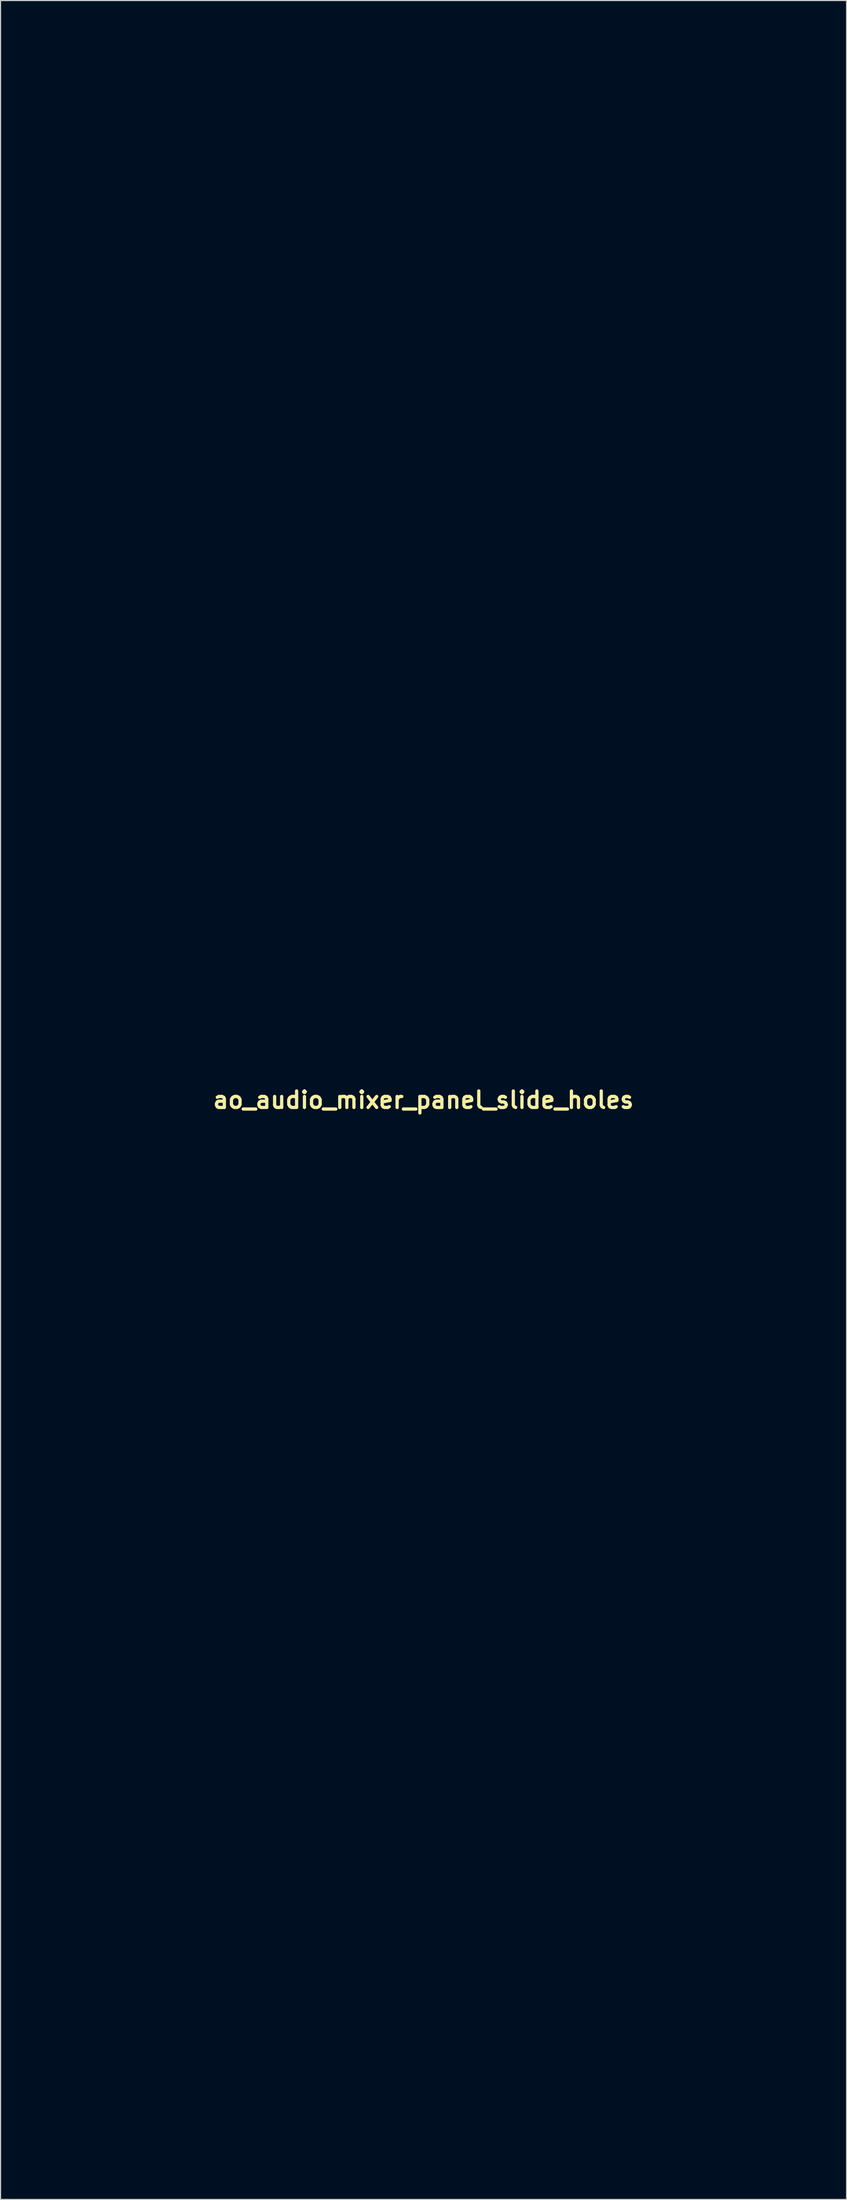
<source format=kicad_pcb>
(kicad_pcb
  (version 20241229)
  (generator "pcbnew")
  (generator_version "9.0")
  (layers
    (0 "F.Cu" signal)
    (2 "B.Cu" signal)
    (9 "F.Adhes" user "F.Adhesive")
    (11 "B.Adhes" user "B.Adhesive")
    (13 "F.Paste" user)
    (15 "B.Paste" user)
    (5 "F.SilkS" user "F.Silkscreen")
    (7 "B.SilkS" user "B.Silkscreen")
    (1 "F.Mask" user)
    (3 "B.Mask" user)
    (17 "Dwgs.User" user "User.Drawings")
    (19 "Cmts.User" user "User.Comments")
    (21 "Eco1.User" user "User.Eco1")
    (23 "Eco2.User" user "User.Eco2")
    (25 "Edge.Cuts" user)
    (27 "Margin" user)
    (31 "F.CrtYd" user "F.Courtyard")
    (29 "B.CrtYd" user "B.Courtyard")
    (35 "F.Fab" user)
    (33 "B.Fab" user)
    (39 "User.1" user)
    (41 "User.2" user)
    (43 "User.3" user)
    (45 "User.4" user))
  (footprint "ao_audio_mixer_panel_slide_holes"
    (layer "F.Cu")
    (at 36.083 98.605)
    (property "Reference" "ao_audio_mixer_panel_slide_holes" (at 0 0 0) (layer "F.SilkS") (effects (font (size 1.524 1.524) (thickness 0.3))))
    (attr through_hole)
    (fp_poly (pts (xy -21.692 2.997) (xy -23.292 2.997) (xy -23.292 -62.992) (xy -21.692 -62.992) (xy -21.692 2.997)) (stroke (width 0.01) (type solid)) (fill no) (layer "Eco1.User"))
    (fp_poly (pts (xy -6.68 2.997) (xy -8.28 2.997) (xy -8.28 -62.992) (xy -6.68 -62.992) (xy -6.68 2.997)) (stroke (width 0.01) (type solid)) (fill no) (layer "Eco1.User"))
    (fp_poly (pts (xy 8.306 2.997) (xy 6.706 2.997) (xy 6.706 -62.992) (xy 8.306 -62.992) (xy 8.306 2.997)) (stroke (width 0.01) (type solid)) (fill no) (layer "Eco1.User"))
    (fp_poly (pts (xy 23.317 2.997) (xy 21.717 2.997) (xy 21.717 -62.992) (xy 23.317 -62.992) (xy 23.317 2.997)) (stroke (width 0.01) (type solid)) (fill no) (layer "Eco1.User"))
    (fp_poly (pts (xy -29.805 23.418) (xy -29.531 23.477) (xy -29.273 23.581) (xy -29.042 23.723) (xy -28.837 23.903) (xy -28.665 24.114) (xy -28.532 24.349) (xy -28.47 24.511) (xy -28.433 24.67) (xy -28.409 24.855) (xy -28.401 25.046) (xy -28.409 25.222) (xy -28.421 25.304) (xy -28.498 25.567) (xy -28.619 25.812) (xy -28.779 26.034) (xy -28.974 26.227) (xy -29.198 26.384) (xy -29.446 26.501) (xy -29.472 26.511) (xy -29.665 26.559) (xy -29.883 26.585) (xy -30.106 26.586) (xy -30.314 26.563) (xy -30.401 26.544) (xy -30.64 26.457) (xy -30.86 26.331) (xy -31.069 26.159) (xy -31.116 26.113) (xy -31.299 25.901) (xy -31.435 25.679) (xy -31.524 25.44) (xy -31.571 25.179) (xy -31.579 24.981) (xy -31.569 24.867) (xy -30.988 24.867) (xy -30.988 25.146) (xy -30.124 25.146) (xy -30.124 26.012) (xy -29.858 25.997) (xy -29.844 25.147) (xy -28.994 25.133) (xy -28.979 24.867) (xy -29.845 24.867) (xy -29.845 24.003) (xy -30.124 24.003) (xy -30.124 24.867) (xy -30.988 24.867) (xy -31.569 24.867) (xy -31.554 24.698) (xy -31.481 24.431) (xy -31.363 24.185) (xy -31.202 23.962) (xy -31.001 23.768) (xy -30.864 23.669) (xy -30.613 23.533) (xy -30.35 23.446) (xy -30.079 23.407) (xy -29.805 23.418)) (stroke (width 0.01) (type solid)) (fill no) (layer "Eco1.User"))
    (fp_poly (pts (xy -29.875 -81.585) (xy -29.701 -81.568) (xy -29.591 -81.547) (xy -29.359 -81.463) (xy -29.134 -81.337) (xy -28.925 -81.176) (xy -28.744 -80.989) (xy -28.6 -80.785) (xy -28.592 -80.769) (xy -28.489 -80.536) (xy -28.424 -80.28) (xy -28.398 -80.015) (xy -28.414 -79.753) (xy -28.437 -79.629) (xy -28.522 -79.374) (xy -28.651 -79.137) (xy -28.818 -78.924) (xy -29.017 -78.741) (xy -29.243 -78.593) (xy -29.489 -78.485) (xy -29.616 -78.449) (xy -29.764 -78.425) (xy -29.936 -78.414) (xy -30.113 -78.416) (xy -30.275 -78.43) (xy -30.378 -78.45) (xy -30.64 -78.544) (xy -30.879 -78.681) (xy -31.093 -78.856) (xy -31.275 -79.063) (xy -31.42 -79.298) (xy -31.523 -79.555) (xy -31.539 -79.611) (xy -31.568 -79.775) (xy -31.579 -79.965) (xy -31.574 -80.137) (xy -30.988 -80.137) (xy -30.988 -79.858) (xy -30.124 -79.858) (xy -30.124 -78.991) (xy -29.858 -79.007) (xy -29.844 -79.856) (xy -28.994 -79.87) (xy -28.979 -80.137) (xy -29.845 -80.137) (xy -29.845 -81.001) (xy -30.124 -81.001) (xy -30.124 -80.137) (xy -30.988 -80.137) (xy -31.574 -80.137) (xy -31.573 -80.159) (xy -31.55 -80.335) (xy -31.538 -80.391) (xy -31.441 -80.66) (xy -31.303 -80.903) (xy -31.128 -81.116) (xy -30.919 -81.296) (xy -30.681 -81.439) (xy -30.417 -81.539) (xy -30.39 -81.547) (xy -30.24 -81.574) (xy -30.062 -81.586) (xy -29.875 -81.585)) (stroke (width 0.01) (type solid)) (fill no) (layer "Eco1.User"))
    (fp_poly (pts (xy 30.311 -81.563) (xy 30.58 -81.491) (xy 30.828 -81.375) (xy 31.051 -81.214) (xy 31.247 -81.012) (xy 31.31 -80.929) (xy 31.453 -80.69) (xy 31.55 -80.44) (xy 31.601 -80.184) (xy 31.61 -79.928) (xy 31.577 -79.676) (xy 31.505 -79.433) (xy 31.395 -79.204) (xy 31.249 -78.993) (xy 31.069 -78.807) (xy 30.857 -78.649) (xy 30.615 -78.524) (xy 30.392 -78.449) (xy 30.252 -78.425) (xy 30.083 -78.414) (xy 29.904 -78.416) (xy 29.736 -78.431) (xy 29.629 -78.451) (xy 29.378 -78.537) (xy 29.144 -78.667) (xy 28.933 -78.834) (xy 28.751 -79.033) (xy 28.604 -79.259) (xy 28.498 -79.504) (xy 28.462 -79.629) (xy 28.426 -79.883) (xy 28.432 -80.137) (xy 29.004 -80.137) (xy 29.012 -80.004) (xy 29.02 -79.87) (xy 29.87 -79.856) (xy 29.87 -79.442) (xy 29.871 -79.302) (xy 29.874 -79.18) (xy 29.878 -79.085) (xy 29.883 -79.026) (xy 29.887 -79.011) (xy 29.921 -79.001) (xy 29.987 -78.995) (xy 30.027 -78.994) (xy 30.15 -78.994) (xy 30.15 -79.858) (xy 31.013 -79.858) (xy 31.013 -80.137) (xy 30.15 -80.137) (xy 30.15 -81.001) (xy 29.87 -81.001) (xy 29.87 -80.137) (xy 29.004 -80.137) (xy 28.432 -80.137) (xy 28.432 -80.149) (xy 28.477 -80.413) (xy 28.561 -80.66) (xy 28.606 -80.755) (xy 28.672 -80.858) (xy 28.766 -80.979) (xy 28.878 -81.102) (xy 28.892 -81.116) (xy 29.103 -81.301) (xy 29.321 -81.438) (xy 29.554 -81.529) (xy 29.808 -81.578) (xy 30.023 -81.588) (xy 30.311 -81.563)) (stroke (width 0.01) (type solid)) (fill no) (layer "Eco1.User"))
    (fp_poly (pts (xy 30.261 23.424) (xy 30.522 23.488) (xy 30.769 23.595) (xy 30.996 23.744) (xy 31.197 23.934) (xy 31.342 24.119) (xy 31.474 24.354) (xy 31.559 24.594) (xy 31.6 24.852) (xy 31.604 24.981) (xy 31.587 25.257) (xy 31.53 25.506) (xy 31.43 25.735) (xy 31.285 25.951) (xy 31.129 26.125) (xy 30.957 26.281) (xy 30.787 26.397) (xy 30.606 26.484) (xy 30.414 26.544) (xy 30.285 26.569) (xy 30.134 26.585) (xy 29.981 26.592) (xy 29.844 26.589) (xy 29.756 26.577) (xy 29.592 26.538) (xy 29.449 26.488) (xy 29.297 26.418) (xy 29.273 26.407) (xy 29.054 26.267) (xy 28.858 26.088) (xy 28.69 25.878) (xy 28.558 25.644) (xy 28.468 25.396) (xy 28.459 25.359) (xy 28.433 25.188) (xy 28.427 24.992) (xy 28.435 24.867) (xy 29.004 24.867) (xy 29.012 25) (xy 29.02 25.133) (xy 29.87 25.147) (xy 29.87 25.561) (xy 29.871 25.702) (xy 29.874 25.824) (xy 29.878 25.919) (xy 29.883 25.978) (xy 29.887 25.993) (xy 29.921 26.003) (xy 29.987 26.009) (xy 30.027 26.01) (xy 30.15 26.01) (xy 30.15 25.146) (xy 31.013 25.146) (xy 31.013 24.867) (xy 30.15 24.867) (xy 30.15 24.003) (xy 29.87 24.003) (xy 29.87 24.867) (xy 29.004 24.867) (xy 28.435 24.867) (xy 28.44 24.789) (xy 28.471 24.601) (xy 28.495 24.511) (xy 28.597 24.271) (xy 28.742 24.046) (xy 28.921 23.846) (xy 29.129 23.676) (xy 29.356 23.546) (xy 29.444 23.51) (xy 29.717 23.433) (xy 29.991 23.405) (xy 30.261 23.424)) (stroke (width 0.01) (type solid)) (fill no) (layer "Eco1.User"))
    (fp_poly (pts (xy -32.121 -98.6) (xy -31.951 -98.598) (xy -31.811 -98.596) (xy -31.697 -98.593) (xy -31.604 -98.589) (xy -31.53 -98.584) (xy -31.469 -98.578) (xy -31.418 -98.57) (xy -31.385 -98.564) (xy -31.113 -98.485) (xy -30.866 -98.364) (xy -30.647 -98.206) (xy -30.46 -98.015) (xy -30.308 -97.796) (xy -30.195 -97.552) (xy -30.124 -97.289) (xy -30.099 -97.01) (xy -30.099 -97.004) (xy -30.124 -96.718) (xy -30.194 -96.449) (xy -30.309 -96.2) (xy -30.464 -95.978) (xy -30.657 -95.784) (xy -30.887 -95.624) (xy -31.001 -95.564) (xy -31.068 -95.532) (xy -31.129 -95.506) (xy -31.19 -95.483) (xy -31.255 -95.464) (xy -31.328 -95.448) (xy -31.412 -95.435) (xy -31.514 -95.425) (xy -31.635 -95.418) (xy -31.782 -95.412) (xy -31.957 -95.408) (xy -32.166 -95.406) (xy -32.412 -95.405) (xy -32.699 -95.405) (xy -33.033 -95.405) (xy -33.109 -95.405) (xy -33.451 -95.405) (xy -33.747 -95.406) (xy -33.998 -95.408) (xy -34.21 -95.41) (xy -34.385 -95.413) (xy -34.528 -95.417) (xy -34.641 -95.421) (xy -34.728 -95.427) (xy -34.794 -95.433) (xy -34.841 -95.441) (xy -34.845 -95.441) (xy -35.078 -95.513) (xy -35.296 -95.626) (xy -35.505 -95.784) (xy -35.611 -95.884) (xy -35.76 -96.047) (xy -35.873 -96.206) (xy -35.96 -96.378) (xy -36.031 -96.58) (xy -36.033 -96.585) (xy -36.062 -96.726) (xy -36.077 -96.897) (xy -36.078 -97.079) (xy -36.065 -97.254) (xy -36.038 -97.402) (xy -36.033 -97.422) (xy -35.927 -97.688) (xy -35.779 -97.93) (xy -35.593 -98.143) (xy -35.372 -98.322) (xy -35.12 -98.465) (xy -34.925 -98.542) (xy -34.893 -98.552) (xy -34.856 -98.56) (xy -34.811 -98.567) (xy -34.753 -98.573) (xy -34.677 -98.578) (xy -34.581 -98.582) (xy -34.46 -98.585) (xy -34.31 -98.588) (xy -34.127 -98.59) (xy -33.908 -98.592) (xy -33.647 -98.594) (xy -33.341 -98.596) (xy -33.186 -98.597) (xy -32.854 -98.598) (xy -32.569 -98.6) (xy -32.326 -98.6) (xy -32.121 -98.6)) (stroke (width 0.01) (type solid)) (fill no) (layer "Eco1.User"))
    (fp_poly (pts (xy 32.672 -98.599) (xy 32.971 -98.598) (xy 33.212 -98.597) (xy 33.546 -98.595) (xy 33.833 -98.594) (xy 34.079 -98.592) (xy 34.286 -98.589) (xy 34.459 -98.585) (xy 34.603 -98.58) (xy 34.722 -98.573) (xy 34.82 -98.564) (xy 34.901 -98.552) (xy 34.97 -98.536) (xy 35.03 -98.518) (xy 35.087 -98.495) (xy 35.144 -98.468) (xy 35.206 -98.437) (xy 35.268 -98.405) (xy 35.431 -98.301) (xy 35.595 -98.163) (xy 35.746 -98.005) (xy 35.87 -97.84) (xy 35.921 -97.752) (xy 36.004 -97.575) (xy 36.059 -97.416) (xy 36.09 -97.253) (xy 36.103 -97.069) (xy 36.103 -96.99) (xy 36.101 -96.854) (xy 36.094 -96.75) (xy 36.078 -96.659) (xy 36.05 -96.563) (xy 36.027 -96.493) (xy 35.937 -96.28) (xy 35.825 -96.094) (xy 35.679 -95.918) (xy 35.585 -95.825) (xy 35.374 -95.658) (xy 35.137 -95.53) (xy 34.885 -95.446) (xy 34.857 -95.44) (xy 34.791 -95.432) (xy 34.68 -95.424) (xy 34.529 -95.418) (xy 34.345 -95.413) (xy 34.133 -95.409) (xy 33.898 -95.405) (xy 33.646 -95.403) (xy 33.382 -95.402) (xy 33.113 -95.401) (xy 32.845 -95.402) (xy 32.581 -95.404) (xy 32.329 -95.406) (xy 32.094 -95.41) (xy 31.882 -95.414) (xy 31.697 -95.42) (xy 31.547 -95.426) (xy 31.435 -95.433) (xy 31.369 -95.442) (xy 31.369 -95.442) (xy 31.117 -95.521) (xy 30.88 -95.645) (xy 30.663 -95.807) (xy 30.476 -96.001) (xy 30.327 -96.222) (xy 30.308 -96.256) (xy 30.208 -96.484) (xy 30.149 -96.708) (xy 30.125 -96.945) (xy 30.125 -96.995) (xy 30.133 -97.194) (xy 30.162 -97.367) (xy 30.216 -97.538) (xy 30.276 -97.676) (xy 30.419 -97.925) (xy 30.598 -98.139) (xy 30.809 -98.314) (xy 31.051 -98.45) (xy 31.321 -98.544) (xy 31.411 -98.564) (xy 31.458 -98.573) (xy 31.511 -98.58) (xy 31.575 -98.586) (xy 31.655 -98.591) (xy 31.753 -98.594) (xy 31.874 -98.597) (xy 32.022 -98.599) (xy 32.202 -98.6) (xy 32.417 -98.6) (xy 32.672 -98.599)) (stroke (width 0.01) (type solid)) (fill no) (layer "Eco1.User"))
    (fp_poly (pts (xy -32.48 95.403) (xy -32.245 95.404) (xy -32.048 95.405) (xy -31.885 95.406) (xy -31.752 95.409) (xy -31.644 95.412) (xy -31.558 95.416) (xy -31.489 95.421) (xy -31.433 95.427) (xy -31.385 95.435) (xy -31.342 95.444) (xy -31.308 95.452) (xy -31.041 95.546) (xy -30.797 95.682) (xy -30.582 95.856) (xy -30.399 96.064) (xy -30.255 96.301) (xy -30.181 96.477) (xy -30.134 96.654) (xy -30.107 96.856) (xy -30.1 97.063) (xy -30.115 97.256) (xy -30.135 97.359) (xy -30.23 97.634) (xy -30.364 97.882) (xy -30.536 98.099) (xy -30.74 98.281) (xy -30.975 98.425) (xy -31.236 98.528) (xy -31.375 98.563) (xy -31.423 98.571) (xy -31.479 98.578) (xy -31.547 98.584) (xy -31.633 98.589) (xy -31.739 98.593) (xy -31.87 98.596) (xy -32.031 98.598) (xy -32.225 98.6) (xy -32.457 98.6) (xy -32.731 98.6) (xy -33.05 98.6) (xy -33.101 98.6) (xy -33.38 98.599) (xy -33.647 98.597) (xy -33.897 98.595) (xy -34.125 98.592) (xy -34.327 98.589) (xy -34.498 98.586) (xy -34.632 98.582) (xy -34.724 98.578) (xy -34.769 98.574) (xy -35.012 98.509) (xy -35.248 98.4) (xy -35.468 98.253) (xy -35.663 98.075) (xy -35.824 97.871) (xy -35.894 97.752) (xy -35.978 97.576) (xy -36.033 97.417) (xy -36.065 97.255) (xy -36.077 97.07) (xy -36.078 96.99) (xy -36.076 96.854) (xy -36.068 96.75) (xy -36.052 96.659) (xy -36.025 96.563) (xy -36.001 96.493) (xy -35.953 96.373) (xy -35.896 96.25) (xy -35.839 96.148) (xy -35.829 96.132) (xy -35.707 95.976) (xy -35.553 95.822) (xy -35.384 95.686) (xy -35.216 95.581) (xy -35.195 95.57) (xy -35.129 95.538) (xy -35.068 95.51) (xy -35.007 95.486) (xy -34.943 95.466) (xy -34.871 95.45) (xy -34.788 95.437) (xy -34.688 95.426) (xy -34.568 95.418) (xy -34.424 95.412) (xy -34.251 95.408) (xy -34.045 95.405) (xy -33.802 95.404) (xy -33.519 95.403) (xy -33.189 95.403) (xy -33.081 95.403) (xy -32.757 95.403) (xy -32.48 95.403)) (stroke (width 0.01) (type solid)) (fill no) (layer "Eco1.User"))
    (fp_poly (pts (xy 0.512 70.029) (xy 1.008 70.104) (xy 1.489 70.227) (xy 1.953 70.396) (xy 2.396 70.609) (xy 2.815 70.865) (xy 3.209 71.162) (xy 3.574 71.498) (xy 3.907 71.872) (xy 4.177 72.238) (xy 4.28 72.403) (xy 4.39 72.603) (xy 4.5 72.82) (xy 4.604 73.042) (xy 4.693 73.251) (xy 4.759 73.431) (xy 4.886 73.9) (xy 4.968 74.384) (xy 5.004 74.876) (xy 4.993 75.368) (xy 4.935 75.854) (xy 4.866 76.187) (xy 4.725 76.662) (xy 4.538 77.116) (xy 4.309 77.548) (xy 4.039 77.954) (xy 3.733 78.332) (xy 3.391 78.678) (xy 3.017 78.99) (xy 2.614 79.265) (xy 2.183 79.501) (xy 1.728 79.694) (xy 1.594 79.741) (xy 1.365 79.81) (xy 1.116 79.871) (xy 0.866 79.921) (xy 0.63 79.956) (xy 0.454 79.973) (xy 0.333 79.98) (xy 0.217 79.986) (xy 0.125 79.992) (xy 0.102 79.993) (xy 0.03 79.995) (xy -0.077 79.993) (xy -0.204 79.988) (xy -0.318 79.983) (xy -0.801 79.93) (xy -1.274 79.829) (xy -1.733 79.682) (xy -2.175 79.492) (xy -2.596 79.26) (xy -2.993 78.988) (xy -3.364 78.679) (xy -3.704 78.335) (xy -4.011 77.958) (xy -4.282 77.551) (xy -4.47 77.203) (xy -4.668 76.743) (xy -4.817 76.274) (xy -4.919 75.797) (xy -4.973 75.316) (xy -4.98 74.854) (xy -2.489 74.854) (xy -2.489 75.133) (xy -0.127 75.133) (xy -0.127 77.495) (xy 0.152 77.495) (xy 0.152 75.133) (xy 2.515 75.133) (xy 2.515 74.854) (xy 0.152 74.854) (xy 0.152 72.492) (xy -0.127 72.492) (xy -0.127 74.854) (xy -2.489 74.854) (xy -4.98 74.854) (xy -4.981 74.836) (xy -4.942 74.358) (xy -4.857 73.887) (xy -4.728 73.425) (xy -4.553 72.976) (xy -4.334 72.543) (xy -4.072 72.129) (xy -3.767 71.738) (xy -3.515 71.465) (xy -3.148 71.133) (xy -2.752 70.84) (xy -2.331 70.59) (xy -1.888 70.381) (xy -1.427 70.218) (xy -0.953 70.099) (xy -0.467 70.028) (xy 0.025 70.004) (xy 0.512 70.029)) (stroke (width 0.01) (type solid)) (fill no) (layer "Eco1.User"))
    (fp_poly (pts (xy 23.227 70.057) (xy 23.719 70.151) (xy 24.192 70.292) (xy 24.646 70.479) (xy 25.078 70.711) (xy 25.487 70.987) (xy 25.871 71.308) (xy 25.955 71.387) (xy 26.243 71.683) (xy 26.491 71.978) (xy 26.707 72.283) (xy 26.9 72.61) (xy 27.002 72.809) (xy 27.198 73.267) (xy 27.345 73.731) (xy 27.445 74.199) (xy 27.5 74.669) (xy 27.509 75.136) (xy 27.474 75.599) (xy 27.397 76.053) (xy 27.279 76.498) (xy 27.122 76.929) (xy 26.925 77.344) (xy 26.691 77.739) (xy 26.421 78.113) (xy 26.116 78.462) (xy 25.778 78.783) (xy 25.407 79.074) (xy 25.005 79.331) (xy 24.573 79.552) (xy 24.113 79.734) (xy 23.956 79.784) (xy 23.705 79.852) (xy 23.442 79.909) (xy 23.186 79.95) (xy 22.956 79.973) (xy 22.951 79.973) (xy 22.831 79.98) (xy 22.716 79.987) (xy 22.626 79.992) (xy 22.606 79.993) (xy 22.534 79.995) (xy 22.427 79.993) (xy 22.3 79.988) (xy 22.187 79.983) (xy 21.702 79.93) (xy 21.229 79.83) (xy 20.771 79.684) (xy 20.331 79.495) (xy 19.913 79.265) (xy 19.518 78.996) (xy 19.151 78.691) (xy 18.813 78.352) (xy 18.508 77.981) (xy 18.239 77.58) (xy 18.008 77.152) (xy 17.818 76.698) (xy 17.781 76.59) (xy 17.676 76.242) (xy 17.601 75.908) (xy 17.553 75.572) (xy 17.53 75.216) (xy 17.526 74.989) (xy 17.533 74.854) (xy 20.015 74.854) (xy 20.015 75.133) (xy 22.377 75.133) (xy 22.377 77.495) (xy 22.657 77.495) (xy 22.657 75.133) (xy 25.022 75.133) (xy 25.006 74.867) (xy 23.832 74.86) (xy 22.657 74.853) (xy 22.651 73.679) (xy 22.644 72.504) (xy 22.511 72.497) (xy 22.377 72.489) (xy 22.377 74.854) (xy 20.015 74.854) (xy 17.533 74.854) (xy 17.55 74.493) (xy 17.622 74.012) (xy 17.738 73.547) (xy 17.896 73.1) (xy 18.094 72.675) (xy 18.33 72.272) (xy 18.602 71.895) (xy 18.906 71.546) (xy 19.241 71.226) (xy 19.605 70.939) (xy 19.994 70.685) (xy 20.407 70.469) (xy 20.842 70.291) (xy 21.295 70.154) (xy 21.765 70.06) (xy 22.25 70.012) (xy 22.72 70.011) (xy 23.227 70.057)) (stroke (width 0.01) (type solid)) (fill no) (layer "Eco1.User"))
    (fp_poly (pts (xy 33.107 95.403) (xy 33.45 95.403) (xy 33.746 95.404) (xy 34 95.405) (xy 34.216 95.407) (xy 34.398 95.411) (xy 34.55 95.416) (xy 34.677 95.423) (xy 34.782 95.433) (xy 34.87 95.445) (xy 34.945 95.461) (xy 35.011 95.479) (xy 35.073 95.501) (xy 35.134 95.528) (xy 35.199 95.558) (xy 35.22 95.568) (xy 35.386 95.667) (xy 35.556 95.799) (xy 35.713 95.953) (xy 35.842 96.114) (xy 35.856 96.134) (xy 35.91 96.228) (xy 35.968 96.347) (xy 36.018 96.47) (xy 36.027 96.493) (xy 36.062 96.602) (xy 36.085 96.693) (xy 36.097 96.787) (xy 36.103 96.901) (xy 36.103 96.99) (xy 36.097 97.188) (xy 36.073 97.356) (xy 36.028 97.514) (xy 35.956 97.682) (xy 35.921 97.752) (xy 35.817 97.915) (xy 35.679 98.079) (xy 35.521 98.23) (xy 35.356 98.354) (xy 35.268 98.405) (xy 35.199 98.44) (xy 35.139 98.471) (xy 35.082 98.497) (xy 35.026 98.52) (xy 34.965 98.538) (xy 34.896 98.553) (xy 34.815 98.564) (xy 34.716 98.573) (xy 34.596 98.58) (xy 34.451 98.585) (xy 34.277 98.588) (xy 34.068 98.59) (xy 33.822 98.592) (xy 33.533 98.593) (xy 33.198 98.594) (xy 33.185 98.594) (xy 32.847 98.595) (xy 32.556 98.596) (xy 32.307 98.596) (xy 32.098 98.595) (xy 31.924 98.593) (xy 31.781 98.591) (xy 31.665 98.588) (xy 31.573 98.583) (xy 31.5 98.578) (xy 31.442 98.572) (xy 31.397 98.564) (xy 31.384 98.562) (xy 31.115 98.478) (xy 30.869 98.351) (xy 30.651 98.185) (xy 30.464 97.983) (xy 30.312 97.75) (xy 30.198 97.488) (xy 30.16 97.359) (xy 30.132 97.184) (xy 30.126 96.984) (xy 30.141 96.776) (xy 30.175 96.582) (xy 30.206 96.477) (xy 30.322 96.222) (xy 30.479 95.994) (xy 30.673 95.796) (xy 30.898 95.634) (xy 31.15 95.511) (xy 31.334 95.452) (xy 31.376 95.442) (xy 31.42 95.433) (xy 31.469 95.426) (xy 31.527 95.42) (xy 31.6 95.415) (xy 31.69 95.411) (xy 31.802 95.408) (xy 31.941 95.406) (xy 32.111 95.404) (xy 32.315 95.403) (xy 32.558 95.403) (xy 32.845 95.403) (xy 33.107 95.403)) (stroke (width 0.01) (type solid)) (fill no) (layer "Eco1.User"))
    (fp_poly (pts (xy -22.144 45.018) (xy -21.975 45.029) (xy -21.944 45.032) (xy -21.451 45.113) (xy -20.974 45.24) (xy -20.517 45.411) (xy -20.082 45.624) (xy -19.672 45.876) (xy -19.289 46.165) (xy -18.935 46.49) (xy -18.614 46.847) (xy -18.328 47.234) (xy -18.08 47.65) (xy -17.872 48.092) (xy -17.706 48.557) (xy -17.642 48.79) (xy -17.601 48.959) (xy -17.57 49.107) (xy -17.547 49.242) (xy -17.531 49.379) (xy -17.521 49.527) (xy -17.516 49.698) (xy -17.513 49.904) (xy -17.513 50) (xy -17.514 50.223) (xy -17.518 50.407) (xy -17.526 50.563) (xy -17.54 50.703) (xy -17.56 50.837) (xy -17.588 50.978) (xy -17.624 51.137) (xy -17.642 51.21) (xy -17.786 51.684) (xy -17.974 52.137) (xy -18.203 52.565) (xy -18.471 52.967) (xy -18.775 53.339) (xy -19.113 53.68) (xy -19.482 53.987) (xy -19.879 54.258) (xy -20.301 54.491) (xy -20.746 54.682) (xy -21.211 54.83) (xy -21.694 54.932) (xy -21.833 54.953) (xy -22.003 54.969) (xy -22.205 54.981) (xy -22.426 54.986) (xy -22.647 54.986) (xy -22.855 54.98) (xy -23.032 54.968) (xy -23.073 54.964) (xy -23.544 54.885) (xy -24.008 54.758) (xy -24.459 54.587) (xy -24.893 54.374) (xy -25.304 54.122) (xy -25.689 53.834) (xy -26.042 53.513) (xy -26.359 53.161) (xy -26.459 53.032) (xy -26.747 52.612) (xy -26.985 52.182) (xy -27.175 51.739) (xy -27.318 51.281) (xy -27.415 50.805) (xy -27.467 50.306) (xy -27.475 50.14) (xy -27.47 49.86) (xy -24.994 49.86) (xy -24.994 50.14) (xy -22.631 50.14) (xy -22.631 52.502) (xy -22.352 52.502) (xy -22.352 50.14) (xy -19.99 50.14) (xy -19.99 49.86) (xy -22.352 49.86) (xy -22.352 47.498) (xy -22.631 47.498) (xy -22.631 49.86) (xy -24.994 49.86) (xy -27.47 49.86) (xy -27.466 49.632) (xy -27.407 49.136) (xy -27.301 48.654) (xy -27.148 48.188) (xy -26.948 47.74) (xy -26.703 47.312) (xy -26.413 46.908) (xy -26.08 46.529) (xy -26.022 46.47) (xy -25.647 46.13) (xy -25.247 45.833) (xy -24.821 45.581) (xy -24.369 45.371) (xy -23.89 45.205) (xy -23.385 45.083) (xy -23.325 45.071) (xy -23.176 45.05) (xy -22.99 45.033) (xy -22.78 45.021) (xy -22.56 45.015) (xy -22.343 45.013) (xy -22.144 45.018)) (stroke (width 0.01) (type solid)) (fill no) (layer "Eco1.User"))
    (fp_poly (pts (xy 22.883 45.02) (xy 23.113 45.039) (xy 23.157 45.044) (xy 23.651 45.134) (xy 24.127 45.271) (xy 24.583 45.452) (xy 25.016 45.675) (xy 25.425 45.939) (xy 25.805 46.241) (xy 26.155 46.579) (xy 26.472 46.952) (xy 26.753 47.356) (xy 26.996 47.791) (xy 27.195 48.246) (xy 27.336 48.682) (xy 27.434 49.14) (xy 27.491 49.612) (xy 27.505 50.09) (xy 27.476 50.565) (xy 27.403 51.031) (xy 27.355 51.239) (xy 27.212 51.698) (xy 27.024 52.144) (xy 26.794 52.571) (xy 26.526 52.974) (xy 26.222 53.348) (xy 25.887 53.688) (xy 25.603 53.928) (xy 25.193 54.216) (xy 24.759 54.461) (xy 24.307 54.662) (xy 23.842 54.817) (xy 23.366 54.924) (xy 23.083 54.964) (xy 22.973 54.973) (xy 22.831 54.98) (xy 22.668 54.984) (xy 22.498 54.987) (xy 22.332 54.987) (xy 22.184 54.984) (xy 22.066 54.979) (xy 22.009 54.974) (xy 21.487 54.885) (xy 20.988 54.752) (xy 20.514 54.574) (xy 20.064 54.352) (xy 19.64 54.086) (xy 19.24 53.776) (xy 19.082 53.634) (xy 18.762 53.302) (xy 18.47 52.933) (xy 18.211 52.533) (xy 17.989 52.109) (xy 17.807 51.668) (xy 17.669 51.216) (xy 17.668 51.21) (xy 17.627 51.04) (xy 17.596 50.893) (xy 17.573 50.757) (xy 17.557 50.621) (xy 17.546 50.473) (xy 17.541 50.302) (xy 17.539 50.096) (xy 17.539 50) (xy 17.539 49.86) (xy 20.015 49.86) (xy 20.015 50.14) (xy 22.377 50.14) (xy 22.377 52.502) (xy 22.657 52.502) (xy 22.657 50.14) (xy 25.019 50.14) (xy 25.019 49.86) (xy 22.657 49.86) (xy 22.657 47.498) (xy 22.377 47.498) (xy 22.377 49.86) (xy 20.015 49.86) (xy 17.539 49.86) (xy 17.54 49.777) (xy 17.544 49.593) (xy 17.552 49.437) (xy 17.565 49.297) (xy 17.585 49.163) (xy 17.613 49.021) (xy 17.65 48.862) (xy 17.668 48.79) (xy 17.811 48.316) (xy 18 47.862) (xy 18.231 47.431) (xy 18.502 47.026) (xy 18.81 46.649) (xy 19.154 46.304) (xy 19.529 45.993) (xy 19.934 45.721) (xy 20.367 45.489) (xy 20.545 45.409) (xy 21.029 45.231) (xy 21.526 45.102) (xy 21.627 45.082) (xy 21.841 45.05) (xy 22.089 45.028) (xy 22.356 45.015) (xy 22.626 45.013) (xy 22.883 45.02)) (stroke (width 0.01) (type solid)) (fill no) (layer "Eco1.User"))
    (fp_poly (pts (xy 0.242 45.021) (xy 0.475 45.03) (xy 0.682 45.046) (xy 0.851 45.069) (xy 1.352 45.186) (xy 1.829 45.346) (xy 2.282 45.549) (xy 2.708 45.793) (xy 3.105 46.074) (xy 3.47 46.392) (xy 3.803 46.744) (xy 4.1 47.127) (xy 4.36 47.541) (xy 4.581 47.983) (xy 4.761 48.451) (xy 4.897 48.943) (xy 4.934 49.124) (xy 4.953 49.231) (xy 4.968 49.332) (xy 4.978 49.438) (xy 4.984 49.558) (xy 4.988 49.703) (xy 4.99 49.883) (xy 4.99 50) (xy 4.987 50.265) (xy 4.979 50.493) (xy 4.962 50.695) (xy 4.935 50.883) (xy 4.897 51.071) (xy 4.846 51.271) (xy 4.802 51.427) (xy 4.637 51.893) (xy 4.43 52.336) (xy 4.181 52.753) (xy 3.895 53.143) (xy 3.573 53.502) (xy 3.219 53.828) (xy 2.836 54.119) (xy 2.426 54.373) (xy 1.992 54.587) (xy 1.538 54.758) (xy 1.065 54.885) (xy 0.671 54.953) (xy 0.554 54.964) (xy 0.405 54.974) (xy 0.237 54.982) (xy 0.062 54.986) (xy -0.11 54.988) (xy -0.265 54.987) (xy -0.394 54.983) (xy -0.483 54.975) (xy -0.539 54.967) (xy -0.627 54.954) (xy -0.729 54.939) (xy -0.737 54.938) (xy -1.204 54.846) (xy -1.663 54.706) (xy -2.108 54.521) (xy -2.535 54.294) (xy -2.939 54.028) (xy -3.315 53.724) (xy -3.66 53.387) (xy -3.968 53.018) (xy -3.983 52.998) (xy -4.267 52.574) (xy -4.505 52.133) (xy -4.695 51.672) (xy -4.84 51.191) (xy -4.905 50.89) (xy -4.937 50.676) (xy -4.959 50.428) (xy -4.972 50.161) (xy -4.974 49.891) (xy -4.974 49.86) (xy -2.489 49.86) (xy -2.489 50.14) (xy -0.127 50.14) (xy -0.127 52.502) (xy 0.152 52.502) (xy 0.152 50.14) (xy 2.515 50.14) (xy 2.515 49.86) (xy 0.152 49.86) (xy 0.152 47.498) (xy -0.127 47.498) (xy -0.127 49.86) (xy -2.489 49.86) (xy -4.974 49.86) (xy -4.967 49.634) (xy -4.948 49.404) (xy -4.943 49.36) (xy -4.853 48.865) (xy -4.717 48.389) (xy -4.538 47.935) (xy -4.317 47.504) (xy -4.057 47.1) (xy -3.76 46.723) (xy -3.428 46.378) (xy -3.063 46.065) (xy -2.667 45.787) (xy -2.243 45.546) (xy -1.792 45.345) (xy -1.318 45.186) (xy -0.864 45.078) (xy -0.692 45.053) (xy -0.483 45.035) (xy -0.249 45.023) (xy -0.003 45.018) (xy 0.242 45.021)) (stroke (width 0.01) (type solid)) (fill no) (layer "Eco1.User")))
  (gr_rect
    (start -3 -3)
    (end 75.192 200.21)
    (stroke (width 0.1) (type default))
    (fill no)
    (layer "Edge.Cuts")))
</source>
